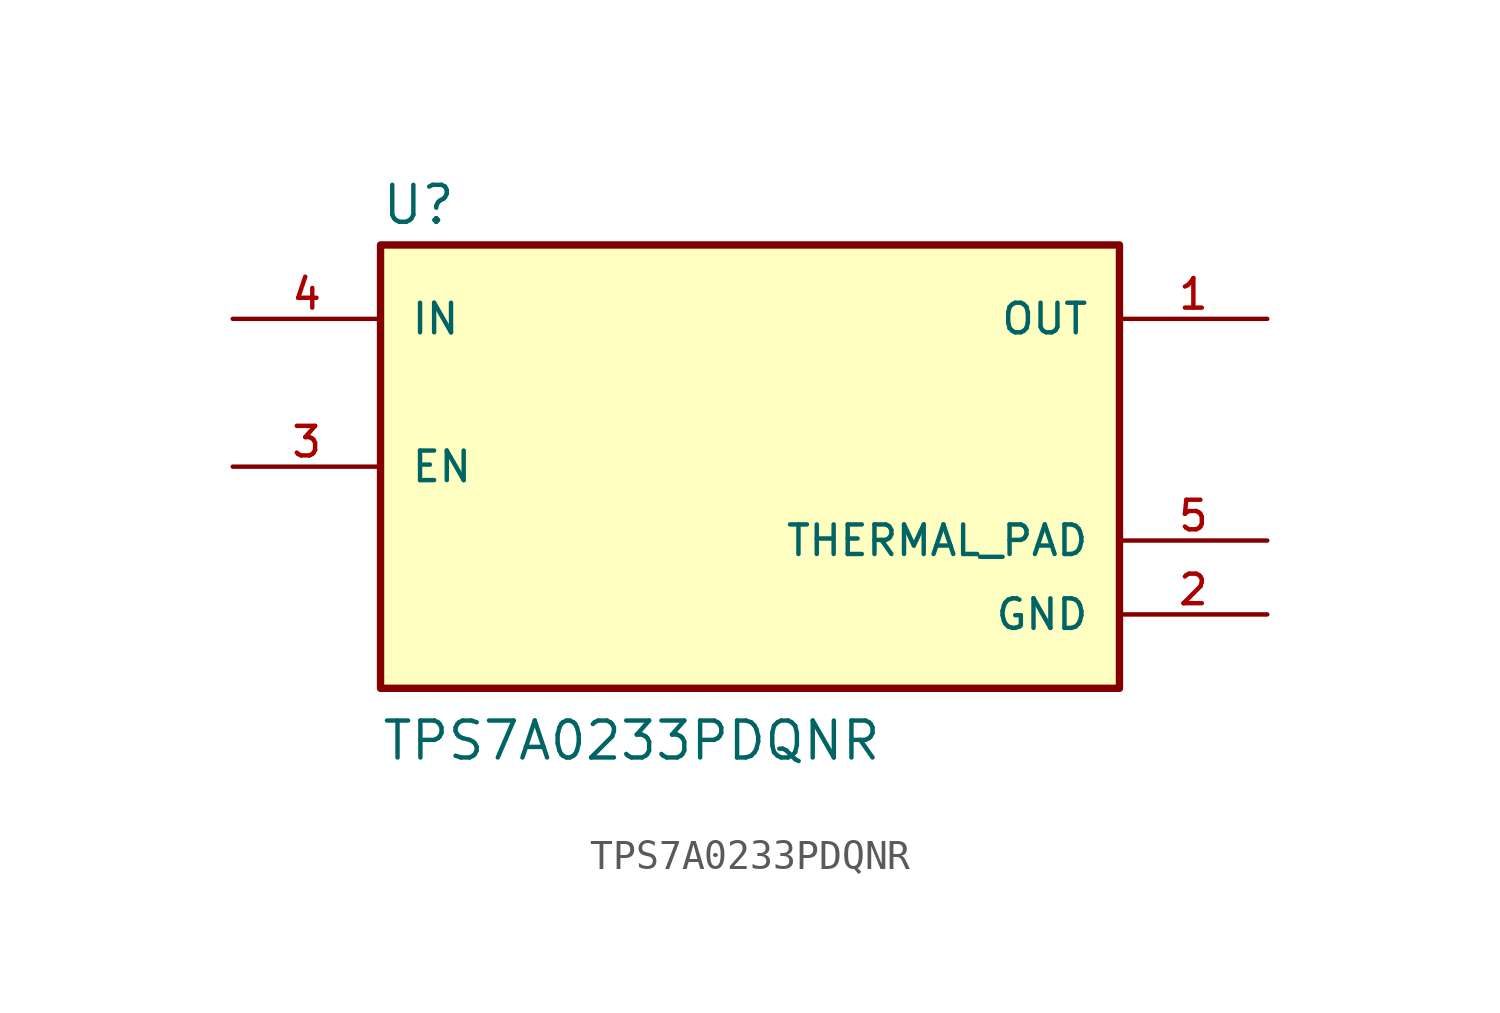
<source format=kicad_sym>
(kicad_symbol_lib
  (version 20211014)
  (generator kicad_symbol_editor)
  (symbol "TPS7A0233PDQNR"
    (pin_names
      (offset 1.016))
    (property "Reference" "U"
      (at -12.7 8.255 0)
      (effects (font (size 1.27 1.27)) (justify bottom left)))
    (property "Value" "TPS7A0233PDQNR"
      (at -12.7 -10.16 0)
      (effects (font (size 1.27 1.27)) (justify bottom left)))
    (symbol "TPS7A0233PDQNR_0_0"
      (rectangle (start -12.7 -7.62) (end 12.7 7.62) (stroke (width 0.254)) (fill (type background)))
      (pin input line (at -17.78 5.08 0) (length 5.08) (name "IN" (effects (font (size 1.016 1.016)))) (number "4" (effects (font (size 1.016 1.016)))))
      (pin input line (at -17.78 0.0 0) (length 5.08) (name "EN" (effects (font (size 1.016 1.016)))) (number "3" (effects (font (size 1.016 1.016)))))
      (pin output line (at 17.78 5.08 180.0) (length 5.08) (name "OUT" (effects (font (size 1.016 1.016)))) (number "1" (effects (font (size 1.016 1.016)))))
      (pin power_in line (at 17.78 -5.08 180.0) (length 5.08) (name "GND" (effects (font (size 1.016 1.016)))) (number "2" (effects (font (size 1.016 1.016)))))
      (pin power_in line (at 17.78 -2.54 180.0) (length 5.08) (name "THERMAL_PAD" (effects (font (size 1.016 1.016)))) (number "5" (effects (font (size 1.016 1.016))))))))
</source>
